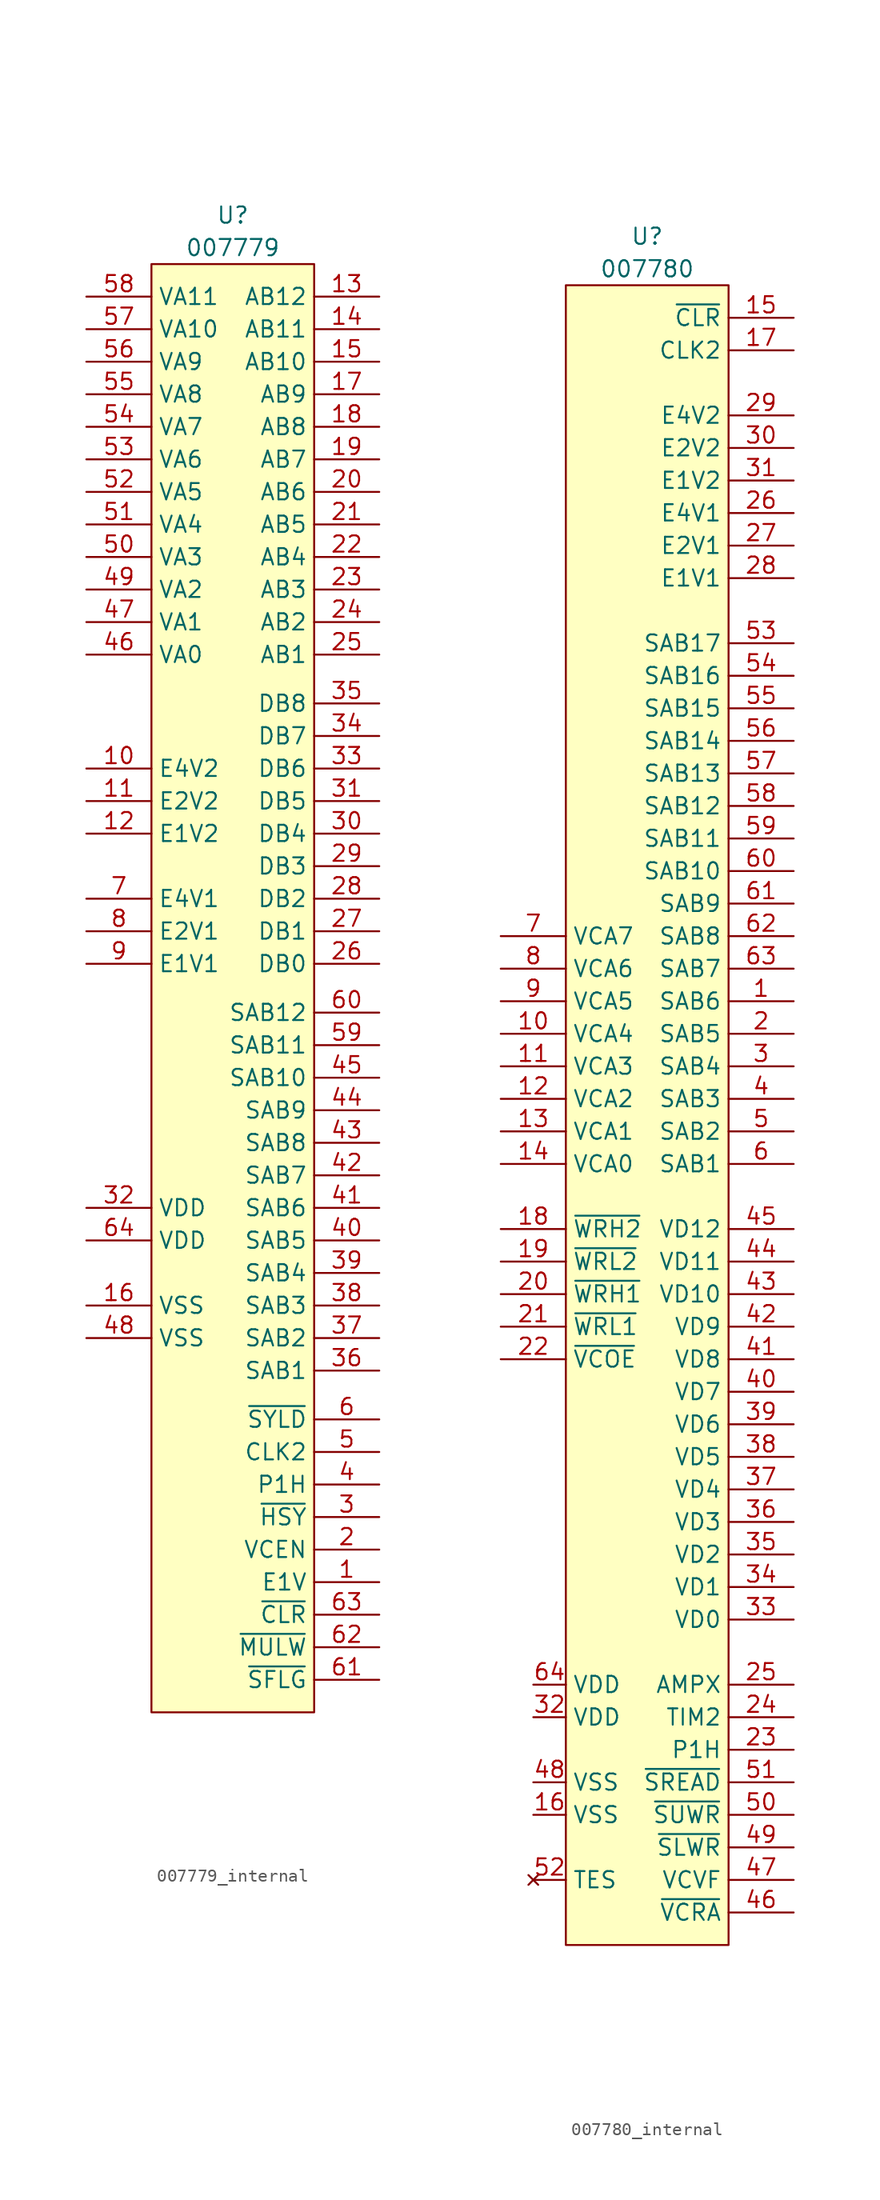
<source format=kicad_sym>
(kicad_symbol_lib
  (version 20231120)
  (generator "kicad_symbol_editor")
  (generator_version "8.0")
  (symbol "007779_internal"
    (property "Reference" "U"
      (at 0 59.69 0)
      (effects (font (size 1.27 1.27))))
    (property "Value" "007779"
      (at 0 57.15 0)
      (effects (font (size 1.27 1.27))))
    (symbol "007779_internal_0_1"
      (rectangle (start -6.35 -57.15) (end 6.35 55.88) (stroke (width 0) (type default)) (fill (type background))))
    (symbol "007779_internal_1_1"
      (pin output line (at 11.43 -46.99 180) (length 5.08) (name "E1V" (effects (font (size 1.27 1.27)))) (number "1" (effects (font (size 1.27 1.27)))))
      (pin input line (at -11.43 16.51 0) (length 5.08) (name "E4V2" (effects (font (size 1.27 1.27)))) (number "10" (effects (font (size 1.27 1.27)))))
      (pin input line (at -11.43 13.97 0) (length 5.08) (name "E2V2" (effects (font (size 1.27 1.27)))) (number "11" (effects (font (size 1.27 1.27)))))
      (pin input line (at -11.43 11.43 0) (length 5.08) (name "E1V2" (effects (font (size 1.27 1.27)))) (number "12" (effects (font (size 1.27 1.27)))))
      (pin output line (at 11.43 53.34 180) (length 5.08) (name "AB12" (effects (font (size 1.27 1.27)))) (number "13" (effects (font (size 1.27 1.27)))))
      (pin output line (at 11.43 50.8 180) (length 5.08) (name "AB11" (effects (font (size 1.27 1.27)))) (number "14" (effects (font (size 1.27 1.27)))))
      (pin output line (at 11.43 48.26 180) (length 5.08) (name "AB10" (effects (font (size 1.27 1.27)))) (number "15" (effects (font (size 1.27 1.27)))))
      (pin power_out line (at -11.43 -25.4 0) (length 5.08) (name "VSS" (effects (font (size 1.27 1.27)))) (number "16" (effects (font (size 1.27 1.27)))))
      (pin output line (at 11.43 45.72 180) (length 5.08) (name "AB9" (effects (font (size 1.27 1.27)))) (number "17" (effects (font (size 1.27 1.27)))))
      (pin output line (at 11.43 43.18 180) (length 5.08) (name "AB8" (effects (font (size 1.27 1.27)))) (number "18" (effects (font (size 1.27 1.27)))))
      (pin output line (at 11.43 40.64 180) (length 5.08) (name "AB7" (effects (font (size 1.27 1.27)))) (number "19" (effects (font (size 1.27 1.27)))))
      (pin output line (at 11.43 -44.45 180) (length 5.08) (name "VCEN" (effects (font (size 1.27 1.27)))) (number "2" (effects (font (size 1.27 1.27)))))
      (pin output line (at 11.43 38.1 180) (length 5.08) (name "AB6" (effects (font (size 1.27 1.27)))) (number "20" (effects (font (size 1.27 1.27)))))
      (pin output line (at 11.43 35.56 180) (length 5.08) (name "AB5" (effects (font (size 1.27 1.27)))) (number "21" (effects (font (size 1.27 1.27)))))
      (pin output line (at 11.43 33.02 180) (length 5.08) (name "AB4" (effects (font (size 1.27 1.27)))) (number "22" (effects (font (size 1.27 1.27)))))
      (pin output line (at 11.43 30.48 180) (length 5.08) (name "AB3" (effects (font (size 1.27 1.27)))) (number "23" (effects (font (size 1.27 1.27)))))
      (pin output line (at 11.43 27.94 180) (length 5.08) (name "AB2" (effects (font (size 1.27 1.27)))) (number "24" (effects (font (size 1.27 1.27)))))
      (pin output line (at 11.43 25.4 180) (length 5.08) (name "AB1" (effects (font (size 1.27 1.27)))) (number "25" (effects (font (size 1.27 1.27)))))
      (pin output line (at 11.43 1.27 180) (length 5.08) (name "DB0" (effects (font (size 1.27 1.27)))) (number "26" (effects (font (size 1.27 1.27)))))
      (pin output line (at 11.43 3.81 180) (length 5.08) (name "DB1" (effects (font (size 1.27 1.27)))) (number "27" (effects (font (size 1.27 1.27)))))
      (pin output line (at 11.43 6.35 180) (length 5.08) (name "DB2" (effects (font (size 1.27 1.27)))) (number "28" (effects (font (size 1.27 1.27)))))
      (pin output line (at 11.43 8.89 180) (length 5.08) (name "DB3" (effects (font (size 1.27 1.27)))) (number "29" (effects (font (size 1.27 1.27)))))
      (pin output line (at 11.43 -41.91 180) (length 5.08) (name "~{HSY}" (effects (font (size 1.27 1.27)))) (number "3" (effects (font (size 1.27 1.27)))))
      (pin output line (at 11.43 11.43 180) (length 5.08) (name "DB4" (effects (font (size 1.27 1.27)))) (number "30" (effects (font (size 1.27 1.27)))))
      (pin output line (at 11.43 13.97 180) (length 5.08) (name "DB5" (effects (font (size 1.27 1.27)))) (number "31" (effects (font (size 1.27 1.27)))))
      (pin power_out line (at -11.43 -17.78 0) (length 5.08) (name "VDD" (effects (font (size 1.27 1.27)))) (number "32" (effects (font (size 1.27 1.27)))))
      (pin output line (at 11.43 16.51 180) (length 5.08) (name "DB6" (effects (font (size 1.27 1.27)))) (number "33" (effects (font (size 1.27 1.27)))))
      (pin output line (at 11.43 19.05 180) (length 5.08) (name "DB7" (effects (font (size 1.27 1.27)))) (number "34" (effects (font (size 1.27 1.27)))))
      (pin output line (at 11.43 21.59 180) (length 5.08) (name "DB8" (effects (font (size 1.27 1.27)))) (number "35" (effects (font (size 1.27 1.27)))))
      (pin output line (at 11.43 -30.48 180) (length 5.08) (name "SAB1" (effects (font (size 1.27 1.27)))) (number "36" (effects (font (size 1.27 1.27)))))
      (pin output line (at 11.43 -27.94 180) (length 5.08) (name "SAB2" (effects (font (size 1.27 1.27)))) (number "37" (effects (font (size 1.27 1.27)))))
      (pin output line (at 11.43 -25.4 180) (length 5.08) (name "SAB3" (effects (font (size 1.27 1.27)))) (number "38" (effects (font (size 1.27 1.27)))))
      (pin output line (at 11.43 -22.86 180) (length 5.08) (name "SAB4" (effects (font (size 1.27 1.27)))) (number "39" (effects (font (size 1.27 1.27)))))
      (pin output line (at 11.43 -39.37 180) (length 5.08) (name "P1H" (effects (font (size 1.27 1.27)))) (number "4" (effects (font (size 1.27 1.27)))))
      (pin output line (at 11.43 -20.32 180) (length 5.08) (name "SAB5" (effects (font (size 1.27 1.27)))) (number "40" (effects (font (size 1.27 1.27)))))
      (pin output line (at 11.43 -17.78 180) (length 5.08) (name "SAB6" (effects (font (size 1.27 1.27)))) (number "41" (effects (font (size 1.27 1.27)))))
      (pin output line (at 11.43 -15.24 180) (length 5.08) (name "SAB7" (effects (font (size 1.27 1.27)))) (number "42" (effects (font (size 1.27 1.27)))))
      (pin output line (at 11.43 -12.7 180) (length 5.08) (name "SAB8" (effects (font (size 1.27 1.27)))) (number "43" (effects (font (size 1.27 1.27)))))
      (pin output line (at 11.43 -10.16 180) (length 5.08) (name "SAB9" (effects (font (size 1.27 1.27)))) (number "44" (effects (font (size 1.27 1.27)))))
      (pin output line (at 11.43 -7.62 180) (length 5.08) (name "SAB10" (effects (font (size 1.27 1.27)))) (number "45" (effects (font (size 1.27 1.27)))))
      (pin input line (at -11.43 25.4 0) (length 5.08) (name "VA0" (effects (font (size 1.27 1.27)))) (number "46" (effects (font (size 1.27 1.27)))))
      (pin input line (at -11.43 27.94 0) (length 5.08) (name "VA1" (effects (font (size 1.27 1.27)))) (number "47" (effects (font (size 1.27 1.27)))))
      (pin power_out line (at -11.43 -27.94 0) (length 5.08) (name "VSS" (effects (font (size 1.27 1.27)))) (number "48" (effects (font (size 1.27 1.27)))))
      (pin input line (at -11.43 30.48 0) (length 5.08) (name "VA2" (effects (font (size 1.27 1.27)))) (number "49" (effects (font (size 1.27 1.27)))))
      (pin output line (at 11.43 -36.83 180) (length 5.08) (name "CLK2" (effects (font (size 1.27 1.27)))) (number "5" (effects (font (size 1.27 1.27)))))
      (pin input line (at -11.43 33.02 0) (length 5.08) (name "VA3" (effects (font (size 1.27 1.27)))) (number "50" (effects (font (size 1.27 1.27)))))
      (pin input line (at -11.43 35.56 0) (length 5.08) (name "VA4" (effects (font (size 1.27 1.27)))) (number "51" (effects (font (size 1.27 1.27)))))
      (pin input line (at -11.43 38.1 0) (length 5.08) (name "VA5" (effects (font (size 1.27 1.27)))) (number "52" (effects (font (size 1.27 1.27)))))
      (pin input line (at -11.43 40.64 0) (length 5.08) (name "VA6" (effects (font (size 1.27 1.27)))) (number "53" (effects (font (size 1.27 1.27)))))
      (pin input line (at -11.43 43.18 0) (length 5.08) (name "VA7" (effects (font (size 1.27 1.27)))) (number "54" (effects (font (size 1.27 1.27)))))
      (pin input line (at -11.43 45.72 0) (length 5.08) (name "VA8" (effects (font (size 1.27 1.27)))) (number "55" (effects (font (size 1.27 1.27)))))
      (pin input line (at -11.43 48.26 0) (length 5.08) (name "VA9" (effects (font (size 1.27 1.27)))) (number "56" (effects (font (size 1.27 1.27)))))
      (pin input line (at -11.43 50.8 0) (length 5.08) (name "VA10" (effects (font (size 1.27 1.27)))) (number "57" (effects (font (size 1.27 1.27)))))
      (pin input line (at -11.43 53.34 0) (length 5.08) (name "VA11" (effects (font (size 1.27 1.27)))) (number "58" (effects (font (size 1.27 1.27)))))
      (pin output line (at 11.43 -5.08 180) (length 5.08) (name "SAB11" (effects (font (size 1.27 1.27)))) (number "59" (effects (font (size 1.27 1.27)))))
      (pin output line (at 11.43 -34.29 180) (length 5.08) (name "~{SYLD}" (effects (font (size 1.27 1.27)))) (number "6" (effects (font (size 1.27 1.27)))))
      (pin output line (at 11.43 -2.54 180) (length 5.08) (name "SAB12" (effects (font (size 1.27 1.27)))) (number "60" (effects (font (size 1.27 1.27)))))
      (pin output line (at 11.43 -54.61 180) (length 5.08) (name "~{SFLG}" (effects (font (size 1.27 1.27)))) (number "61" (effects (font (size 1.27 1.27)))))
      (pin output line (at 11.43 -52.07 180) (length 5.08) (name "~{MULW}" (effects (font (size 1.27 1.27)))) (number "62" (effects (font (size 1.27 1.27)))))
      (pin output line (at 11.43 -49.53 180) (length 5.08) (name "~{CLR}" (effects (font (size 1.27 1.27)))) (number "63" (effects (font (size 1.27 1.27)))))
      (pin power_out line (at -11.43 -20.32 0) (length 5.08) (name "VDD" (effects (font (size 1.27 1.27)))) (number "64" (effects (font (size 1.27 1.27)))))
      (pin input line (at -11.43 6.35 0) (length 5.08) (name "E4V1" (effects (font (size 1.27 1.27)))) (number "7" (effects (font (size 1.27 1.27)))))
      (pin input line (at -11.43 3.81 0) (length 5.08) (name "E2V1" (effects (font (size 1.27 1.27)))) (number "8" (effects (font (size 1.27 1.27)))))
      (pin input line (at -11.43 1.27 0) (length 5.08) (name "E1V1" (effects (font (size 1.27 1.27)))) (number "9" (effects (font (size 1.27 1.27)))))))
  (symbol "007780_internal"
    (property "Reference" "U"
      (at 0 68.58 0)
      (effects (font (size 1.27 1.27))))
    (property "Value" "007780"
      (at 0 66.04 0)
      (effects (font (size 1.27 1.27))))
    (symbol "007780_internal_0_0"
      (pin output line (at 11.43 8.89 180) (length 5.08) (name "SAB6" (effects (font (size 1.27 1.27)))) (number "1" (effects (font (size 1.27 1.27)))))
      (pin input line (at -11.43 6.35 0) (length 5.08) (name "VCA4" (effects (font (size 1.27 1.27)))) (number "10" (effects (font (size 1.27 1.27)))))
      (pin input line (at -11.43 3.81 0) (length 5.08) (name "VCA3" (effects (font (size 1.27 1.27)))) (number "11" (effects (font (size 1.27 1.27)))))
      (pin input line (at -11.43 1.27 0) (length 5.08) (name "VCA2" (effects (font (size 1.27 1.27)))) (number "12" (effects (font (size 1.27 1.27)))))
      (pin input line (at -11.43 -1.27 0) (length 5.08) (name "VCA1" (effects (font (size 1.27 1.27)))) (number "13" (effects (font (size 1.27 1.27)))))
      (pin input line (at -11.43 -3.81 0) (length 5.08) (name "VCA0" (effects (font (size 1.27 1.27)))) (number "14" (effects (font (size 1.27 1.27)))))
      (pin output line (at 11.43 62.23 180) (length 5.08) (name "~{CLR}" (effects (font (size 1.27 1.27)))) (number "15" (effects (font (size 1.27 1.27)))))
      (pin output line (at 11.43 59.69 180) (length 5.08) (name "CLK2" (effects (font (size 1.27 1.27)))) (number "17" (effects (font (size 1.27 1.27)))))
      (pin input line (at -11.43 -8.89 0) (length 5.08) (name "~{WRH2}" (effects (font (size 1.27 1.27)))) (number "18" (effects (font (size 1.27 1.27)))))
      (pin input line (at -11.43 -11.43 0) (length 5.08) (name "~{WRL2}" (effects (font (size 1.27 1.27)))) (number "19" (effects (font (size 1.27 1.27)))))
      (pin output line (at 11.43 6.35 180) (length 5.08) (name "SAB5" (effects (font (size 1.27 1.27)))) (number "2" (effects (font (size 1.27 1.27)))))
      (pin input line (at -11.43 -13.97 0) (length 5.08) (name "~{WRH1}" (effects (font (size 1.27 1.27)))) (number "20" (effects (font (size 1.27 1.27)))))
      (pin input line (at -11.43 -16.51 0) (length 5.08) (name "~{WRL1}" (effects (font (size 1.27 1.27)))) (number "21" (effects (font (size 1.27 1.27)))))
      (pin input line (at -11.43 -19.05 0) (length 5.08) (name "~{VCOE}" (effects (font (size 1.27 1.27)))) (number "22" (effects (font (size 1.27 1.27)))))
      (pin output line (at 11.43 -49.53 180) (length 5.08) (name "P1H" (effects (font (size 1.27 1.27)))) (number "23" (effects (font (size 1.27 1.27)))))
      (pin output line (at 11.43 -46.99 180) (length 5.08) (name "TIM2" (effects (font (size 1.27 1.27)))) (number "24" (effects (font (size 1.27 1.27)))))
      (pin output line (at 11.43 -44.45 180) (length 5.08) (name "AMPX" (effects (font (size 1.27 1.27)))) (number "25" (effects (font (size 1.27 1.27)))))
      (pin output line (at 11.43 46.99 180) (length 5.08) (name "E4V1" (effects (font (size 1.27 1.27)))) (number "26" (effects (font (size 1.27 1.27)))))
      (pin output line (at 11.43 44.45 180) (length 5.08) (name "E2V1" (effects (font (size 1.27 1.27)))) (number "27" (effects (font (size 1.27 1.27)))))
      (pin output line (at 11.43 41.91 180) (length 5.08) (name "E1V1" (effects (font (size 1.27 1.27)))) (number "28" (effects (font (size 1.27 1.27)))))
      (pin output line (at 11.43 54.61 180) (length 5.08) (name "E4V2" (effects (font (size 1.27 1.27)))) (number "29" (effects (font (size 1.27 1.27)))))
      (pin output line (at 11.43 3.81 180) (length 5.08) (name "SAB4" (effects (font (size 1.27 1.27)))) (number "3" (effects (font (size 1.27 1.27)))))
      (pin output line (at 11.43 52.07 180) (length 5.08) (name "E2V2" (effects (font (size 1.27 1.27)))) (number "30" (effects (font (size 1.27 1.27)))))
      (pin output line (at 11.43 -39.37 180) (length 5.08) (name "VD0" (effects (font (size 1.27 1.27)))) (number "33" (effects (font (size 1.27 1.27)))))
      (pin output line (at 11.43 -36.83 180) (length 5.08) (name "VD1" (effects (font (size 1.27 1.27)))) (number "34" (effects (font (size 1.27 1.27)))))
      (pin output line (at 11.43 -34.29 180) (length 5.08) (name "VD2" (effects (font (size 1.27 1.27)))) (number "35" (effects (font (size 1.27 1.27)))))
      (pin output line (at 11.43 -31.75 180) (length 5.08) (name "VD3" (effects (font (size 1.27 1.27)))) (number "36" (effects (font (size 1.27 1.27)))))
      (pin output line (at 11.43 -29.21 180) (length 5.08) (name "VD4" (effects (font (size 1.27 1.27)))) (number "37" (effects (font (size 1.27 1.27)))))
      (pin output line (at 11.43 -26.67 180) (length 5.08) (name "VD5" (effects (font (size 1.27 1.27)))) (number "38" (effects (font (size 1.27 1.27)))))
      (pin output line (at 11.43 -24.13 180) (length 5.08) (name "VD6" (effects (font (size 1.27 1.27)))) (number "39" (effects (font (size 1.27 1.27)))))
      (pin output line (at 11.43 1.27 180) (length 5.08) (name "SAB3" (effects (font (size 1.27 1.27)))) (number "4" (effects (font (size 1.27 1.27)))))
      (pin output line (at 11.43 -21.59 180) (length 5.08) (name "VD7" (effects (font (size 1.27 1.27)))) (number "40" (effects (font (size 1.27 1.27)))))
      (pin output line (at 11.43 -19.05 180) (length 5.08) (name "VD8" (effects (font (size 1.27 1.27)))) (number "41" (effects (font (size 1.27 1.27)))))
      (pin output line (at 11.43 -16.51 180) (length 5.08) (name "VD9" (effects (font (size 1.27 1.27)))) (number "42" (effects (font (size 1.27 1.27)))))
      (pin output line (at 11.43 -13.97 180) (length 5.08) (name "VD10" (effects (font (size 1.27 1.27)))) (number "43" (effects (font (size 1.27 1.27)))))
      (pin output line (at 11.43 -11.43 180) (length 5.08) (name "VD11" (effects (font (size 1.27 1.27)))) (number "44" (effects (font (size 1.27 1.27)))))
      (pin output line (at 11.43 -8.89 180) (length 5.08) (name "VD12" (effects (font (size 1.27 1.27)))) (number "45" (effects (font (size 1.27 1.27)))))
      (pin output line (at 11.43 -62.23 180) (length 5.08) (name "~{VCRA}" (effects (font (size 1.27 1.27)))) (number "46" (effects (font (size 1.27 1.27)))))
      (pin output line (at 11.43 -59.69 180) (length 5.08) (name "VCVF" (effects (font (size 1.27 1.27)))) (number "47" (effects (font (size 1.27 1.27)))))
      (pin output line (at 11.43 -57.15 180) (length 5.08) (name "~{SLWR}" (effects (font (size 1.27 1.27)))) (number "49" (effects (font (size 1.27 1.27)))))
      (pin output line (at 11.43 -1.27 180) (length 5.08) (name "SAB2" (effects (font (size 1.27 1.27)))) (number "5" (effects (font (size 1.27 1.27)))))
      (pin output line (at 11.43 -54.61 180) (length 5.08) (name "~{SUWR}" (effects (font (size 1.27 1.27)))) (number "50" (effects (font (size 1.27 1.27)))))
      (pin output line (at 11.43 -52.07 180) (length 5.08) (name "~{SREAD}" (effects (font (size 1.27 1.27)))) (number "51" (effects (font (size 1.27 1.27)))))
      (pin output line (at 11.43 36.83 180) (length 5.08) (name "SAB17" (effects (font (size 1.27 1.27)))) (number "53" (effects (font (size 1.27 1.27)))))
      (pin output line (at 11.43 34.29 180) (length 5.08) (name "SAB16" (effects (font (size 1.27 1.27)))) (number "54" (effects (font (size 1.27 1.27)))))
      (pin output line (at 11.43 31.75 180) (length 5.08) (name "SAB15" (effects (font (size 1.27 1.27)))) (number "55" (effects (font (size 1.27 1.27)))))
      (pin output line (at 11.43 29.21 180) (length 5.08) (name "SAB14" (effects (font (size 1.27 1.27)))) (number "56" (effects (font (size 1.27 1.27)))))
      (pin output line (at 11.43 26.67 180) (length 5.08) (name "SAB13" (effects (font (size 1.27 1.27)))) (number "57" (effects (font (size 1.27 1.27)))))
      (pin output line (at 11.43 24.13 180) (length 5.08) (name "SAB12" (effects (font (size 1.27 1.27)))) (number "58" (effects (font (size 1.27 1.27)))))
      (pin output line (at 11.43 21.59 180) (length 5.08) (name "SAB11" (effects (font (size 1.27 1.27)))) (number "59" (effects (font (size 1.27 1.27)))))
      (pin output line (at 11.43 -3.81 180) (length 5.08) (name "SAB1" (effects (font (size 1.27 1.27)))) (number "6" (effects (font (size 1.27 1.27)))))
      (pin output line (at 11.43 19.05 180) (length 5.08) (name "SAB10" (effects (font (size 1.27 1.27)))) (number "60" (effects (font (size 1.27 1.27)))))
      (pin output line (at 11.43 16.51 180) (length 5.08) (name "SAB9" (effects (font (size 1.27 1.27)))) (number "61" (effects (font (size 1.27 1.27)))))
      (pin output line (at 11.43 13.97 180) (length 5.08) (name "SAB8" (effects (font (size 1.27 1.27)))) (number "62" (effects (font (size 1.27 1.27)))))
      (pin output line (at 11.43 11.43 180) (length 5.08) (name "SAB7" (effects (font (size 1.27 1.27)))) (number "63" (effects (font (size 1.27 1.27)))))
      (pin input line (at -11.43 13.97 0) (length 5.08) (name "VCA7" (effects (font (size 1.27 1.27)))) (number "7" (effects (font (size 1.27 1.27)))))
      (pin input line (at -11.43 11.43 0) (length 5.08) (name "VCA6" (effects (font (size 1.27 1.27)))) (number "8" (effects (font (size 1.27 1.27)))))
      (pin input line (at -11.43 8.89 0) (length 5.08) (name "VCA5" (effects (font (size 1.27 1.27)))) (number "9" (effects (font (size 1.27 1.27))))))
    (symbol "007780_internal_0_1"
      (rectangle (start -6.35 64.77) (end 6.35 -64.77) (stroke (width 0) (type default)) (fill (type background))))
    (symbol "007780_internal_1_0"
      (pin power_out line (at -8.89 -54.61 0) (length 2.54) (name "VSS" (effects (font (size 1.27 1.27)))) (number "16" (effects (font (size 1.27 1.27)))))
      (pin output line (at 11.43 49.53 180) (length 5.08) (name "E1V2" (effects (font (size 1.27 1.27)))) (number "31" (effects (font (size 1.27 1.27)))))
      (pin power_out line (at -8.89 -46.99 0) (length 2.54) (name "VDD" (effects (font (size 1.27 1.27)))) (number "32" (effects (font (size 1.27 1.27)))))
      (pin power_out line (at -8.89 -52.07 0) (length 2.54) (name "VSS" (effects (font (size 1.27 1.27)))) (number "48" (effects (font (size 1.27 1.27)))))
      (pin no_connect line (at -8.89 -59.69 0) (length 2.54) (name "TES" (effects (font (size 1.27 1.27)))) (number "52" (effects (font (size 1.27 1.27)))))
      (pin power_out line (at -8.89 -44.45 0) (length 2.54) (name "VDD" (effects (font (size 1.27 1.27)))) (number "64" (effects (font (size 1.27 1.27))))))))
</source>
